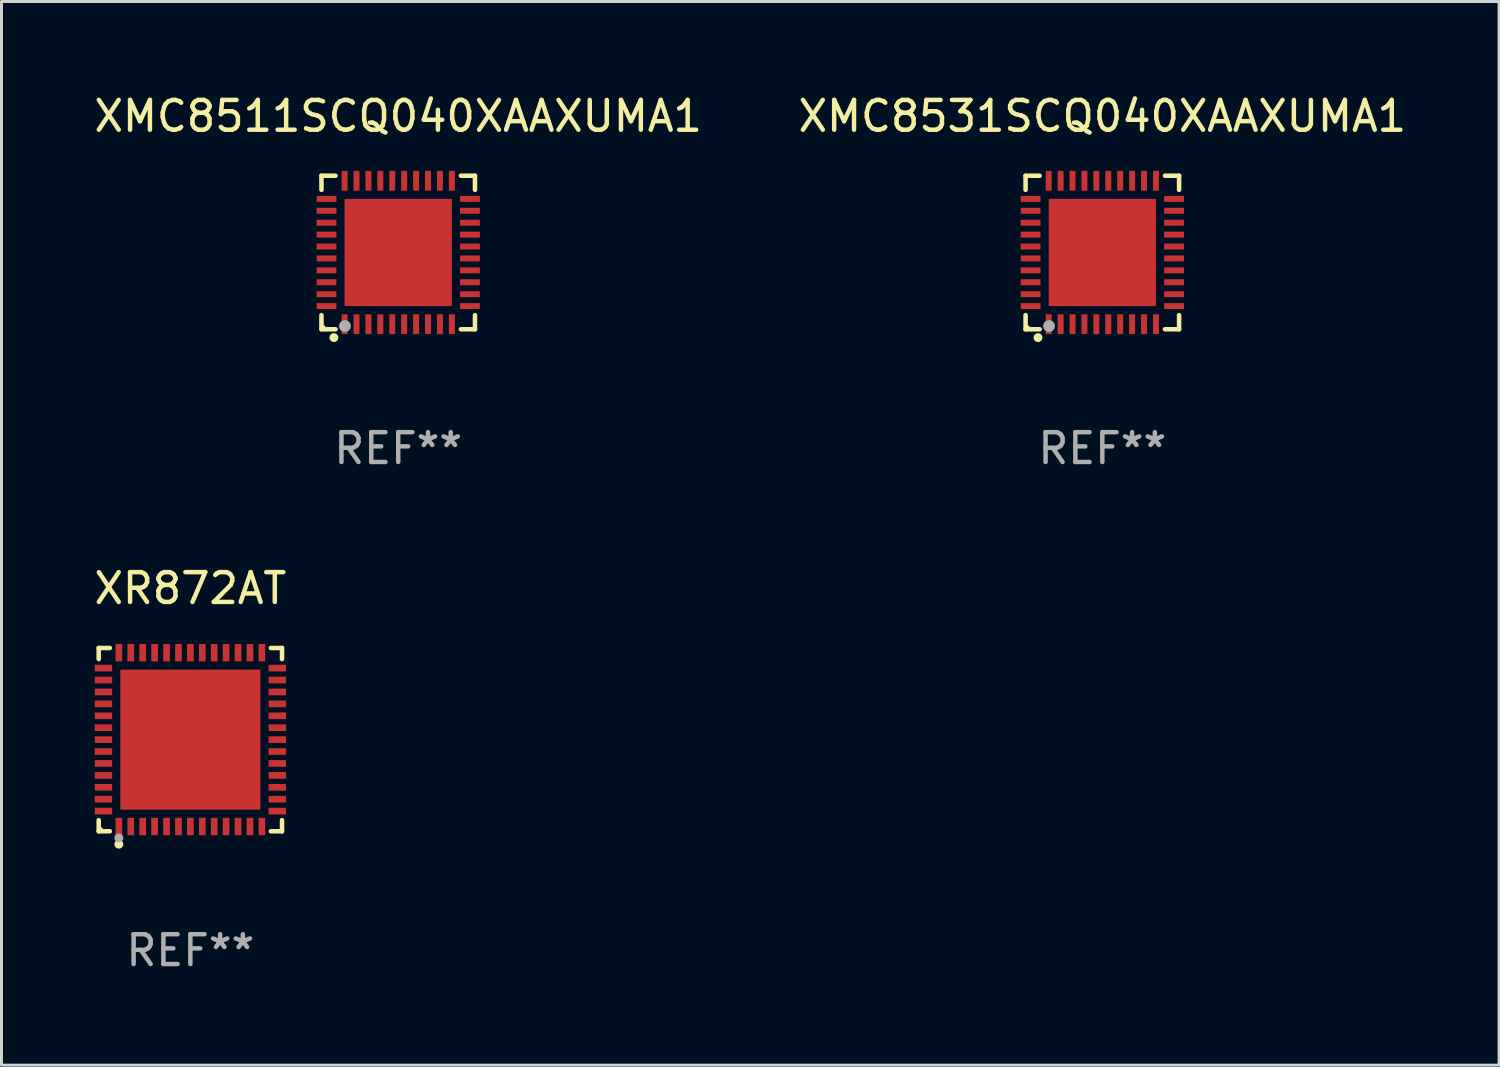
<source format=kicad_pcb>
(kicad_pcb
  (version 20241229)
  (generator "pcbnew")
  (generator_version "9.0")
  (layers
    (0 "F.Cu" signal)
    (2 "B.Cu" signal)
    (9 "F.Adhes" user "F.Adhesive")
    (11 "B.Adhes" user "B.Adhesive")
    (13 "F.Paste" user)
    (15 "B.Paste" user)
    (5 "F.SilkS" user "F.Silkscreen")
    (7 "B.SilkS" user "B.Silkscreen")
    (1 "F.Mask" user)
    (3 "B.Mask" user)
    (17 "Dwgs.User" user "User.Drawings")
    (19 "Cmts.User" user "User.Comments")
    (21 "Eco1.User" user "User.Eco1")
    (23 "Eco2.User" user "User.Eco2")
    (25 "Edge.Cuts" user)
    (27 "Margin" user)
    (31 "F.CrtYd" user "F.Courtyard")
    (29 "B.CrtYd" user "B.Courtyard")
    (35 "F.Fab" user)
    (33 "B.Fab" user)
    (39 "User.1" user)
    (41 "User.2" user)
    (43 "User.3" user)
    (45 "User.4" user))
  (footprint "XMC8531SCQ040XAAXUMA1"
    (layer "F.Cu")
    (at 33.946 5.424)
    (property "Reference" "XMC8531SCQ040XAAXUMA1" (at 0 -4.576 0) (layer "F.SilkS") (effects (font (size 1 1) (thickness 0.15))))
    (attr through_hole)
    (fp_line (start -2.576 -2.576) (end -2.103 -2.576) (stroke (width 0.152) (type solid)) (layer "F.SilkS"))
    (fp_line (start -2.576 -2.103) (end -2.576 -2.576) (stroke (width 0.152) (type solid)) (layer "F.SilkS"))
    (fp_line (start -2.576 2.103) (end -2.576 2.576) (stroke (width 0.152) (type solid)) (layer "F.SilkS"))
    (fp_line (start -2.576 2.576) (end -2.103 2.576) (stroke (width 0.152) (type solid)) (layer "F.SilkS"))
    (fp_line (start 2.576 -2.576) (end 2.103 -2.576) (stroke (width 0.152) (type solid)) (layer "F.SilkS"))
    (fp_line (start 2.576 -2.103) (end 2.576 -2.576) (stroke (width 0.152) (type solid)) (layer "F.SilkS"))
    (fp_line (start 2.576 2.103) (end 2.576 2.576) (stroke (width 0.152) (type solid)) (layer "F.SilkS"))
    (fp_line (start 2.576 2.576) (end 2.103 2.576) (stroke (width 0.152) (type solid)) (layer "F.SilkS"))
    (fp_circle (center -2.5 2.5) (end -2.47 2.5) (stroke (width 0.06) (type solid)) (fill no) (layer "F.SilkS"))
    (fp_circle (center -2.159 2.857) (end -2.084 2.857) (stroke (width 0.15) (type solid)) (fill no) (layer "F.SilkS"))
    (fp_circle (center -1.788 2.469) (end -1.688 2.469) (stroke (width 0.2) (type solid)) (fill no) (layer "F.Fab"))
    (fp_text user "REF**" (at 0 6.576 0) (layer "F.Fab") (effects (font (size 1 1) (thickness 0.15))))
    (pad "1" smd rect (at -1.8 2.407) (size 0.2 0.665) (layers "F.Cu" "F.Mask" "F.Paste"))
    (pad "2" smd rect (at -1.4 2.407) (size 0.2 0.665) (layers "F.Cu" "F.Mask" "F.Paste"))
    (pad "3" smd rect (at -1 2.407) (size 0.2 0.665) (layers "F.Cu" "F.Mask" "F.Paste"))
    (pad "4" smd rect (at -0.6 2.407) (size 0.2 0.665) (layers "F.Cu" "F.Mask" "F.Paste"))
    (pad "5" smd rect (at -0.2 2.407) (size 0.2 0.665) (layers "F.Cu" "F.Mask" "F.Paste"))
    (pad "6" smd rect (at 0.2 2.407) (size 0.2 0.665) (layers "F.Cu" "F.Mask" "F.Paste"))
    (pad "7" smd rect (at 0.6 2.407) (size 0.2 0.665) (layers "F.Cu" "F.Mask" "F.Paste"))
    (pad "8" smd rect (at 1 2.407) (size 0.2 0.665) (layers "F.Cu" "F.Mask" "F.Paste"))
    (pad "9" smd rect (at 1.4 2.407) (size 0.2 0.665) (layers "F.Cu" "F.Mask" "F.Paste"))
    (pad "10" smd rect (at 1.8 2.407) (size 0.2 0.665) (layers "F.Cu" "F.Mask" "F.Paste"))
    (pad "11" smd rect (at 2.407 1.8) (size 0.665 0.2) (layers "F.Cu" "F.Mask" "F.Paste"))
    (pad "12" smd rect (at 2.407 1.4) (size 0.665 0.2) (layers "F.Cu" "F.Mask" "F.Paste"))
    (pad "13" smd rect (at 2.407 1) (size 0.665 0.2) (layers "F.Cu" "F.Mask" "F.Paste"))
    (pad "14" smd rect (at 2.407 0.6) (size 0.665 0.2) (layers "F.Cu" "F.Mask" "F.Paste"))
    (pad "15" smd rect (at 2.407 0.2) (size 0.665 0.2) (layers "F.Cu" "F.Mask" "F.Paste"))
    (pad "16" smd rect (at 2.407 -0.2) (size 0.665 0.2) (layers "F.Cu" "F.Mask" "F.Paste"))
    (pad "17" smd rect (at 2.407 -0.6) (size 0.665 0.2) (layers "F.Cu" "F.Mask" "F.Paste"))
    (pad "18" smd rect (at 2.407 -1) (size 0.665 0.2) (layers "F.Cu" "F.Mask" "F.Paste"))
    (pad "19" smd rect (at 2.407 -1.4) (size 0.665 0.2) (layers "F.Cu" "F.Mask" "F.Paste"))
    (pad "20" smd rect (at 2.407 -1.8) (size 0.665 0.2) (layers "F.Cu" "F.Mask" "F.Paste"))
    (pad "21" smd rect (at 1.8 -2.407) (size 0.2 0.665) (layers "F.Cu" "F.Mask" "F.Paste"))
    (pad "22" smd rect (at 1.4 -2.407) (size 0.2 0.665) (layers "F.Cu" "F.Mask" "F.Paste"))
    (pad "23" smd rect (at 1 -2.407) (size 0.2 0.665) (layers "F.Cu" "F.Mask" "F.Paste"))
    (pad "24" smd rect (at 0.6 -2.407) (size 0.2 0.665) (layers "F.Cu" "F.Mask" "F.Paste"))
    (pad "25" smd rect (at 0.2 -2.407) (size 0.2 0.665) (layers "F.Cu" "F.Mask" "F.Paste"))
    (pad "26" smd rect (at -0.2 -2.407) (size 0.2 0.665) (layers "F.Cu" "F.Mask" "F.Paste"))
    (pad "27" smd rect (at -0.6 -2.407) (size 0.2 0.665) (layers "F.Cu" "F.Mask" "F.Paste"))
    (pad "28" smd rect (at -1 -2.407) (size 0.2 0.665) (layers "F.Cu" "F.Mask" "F.Paste"))
    (pad "29" smd rect (at -1.4 -2.407) (size 0.2 0.665) (layers "F.Cu" "F.Mask" "F.Paste"))
    (pad "30" smd rect (at -1.8 -2.407) (size 0.2 0.665) (layers "F.Cu" "F.Mask" "F.Paste"))
    (pad "31" smd rect (at -2.407 -1.8) (size 0.665 0.2) (layers "F.Cu" "F.Mask" "F.Paste"))
    (pad "32" smd rect (at -2.407 -1.4) (size 0.665 0.2) (layers "F.Cu" "F.Mask" "F.Paste"))
    (pad "33" smd rect (at -2.407 -1) (size 0.665 0.2) (layers "F.Cu" "F.Mask" "F.Paste"))
    (pad "34" smd rect (at -2.407 -0.6) (size 0.665 0.2) (layers "F.Cu" "F.Mask" "F.Paste"))
    (pad "35" smd rect (at -2.407 -0.2) (size 0.665 0.2) (layers "F.Cu" "F.Mask" "F.Paste"))
    (pad "36" smd rect (at -2.407 0.2) (size 0.665 0.2) (layers "F.Cu" "F.Mask" "F.Paste"))
    (pad "37" smd rect (at -2.407 0.6) (size 0.665 0.2) (layers "F.Cu" "F.Mask" "F.Paste"))
    (pad "38" smd rect (at -2.407 1) (size 0.665 0.2) (layers "F.Cu" "F.Mask" "F.Paste"))
    (pad "39" smd rect (at -2.407 1.4) (size 0.665 0.2) (layers "F.Cu" "F.Mask" "F.Paste"))
    (pad "40" smd rect (at -2.407 1.8) (size 0.665 0.2) (layers "F.Cu" "F.Mask" "F.Paste"))
    (pad "41" smd rect (at 0 0) (size 3.6 3.6) (layers "F.Cu" "F.Mask" "F.Paste")))
  (footprint "XR872AT"
    (layer "F.Cu")
    (at 3.339 21.773)
    (property "Reference" "XR872AT" (at 0 -5.076 0) (layer "F.SilkS") (effects (font (size 1 1) (thickness 0.15))))
    (attr through_hole)
    (fp_line (start -3.076 -3.076) (end -2.703 -3.076) (stroke (width 0.152) (type solid)) (layer "F.SilkS"))
    (fp_line (start -3.076 -2.703) (end -3.076 -3.076) (stroke (width 0.152) (type solid)) (layer "F.SilkS"))
    (fp_line (start -3.076 2.703) (end -3.076 3.076) (stroke (width 0.152) (type solid)) (layer "F.SilkS"))
    (fp_line (start -3.076 3.076) (end -2.703 3.076) (stroke (width 0.152) (type solid)) (layer "F.SilkS"))
    (fp_line (start 3.076 -3.076) (end 2.703 -3.076) (stroke (width 0.152) (type solid)) (layer "F.SilkS"))
    (fp_line (start 3.076 -2.703) (end 3.076 -3.076) (stroke (width 0.152) (type solid)) (layer "F.SilkS"))
    (fp_line (start 3.076 2.703) (end 3.076 3.076) (stroke (width 0.152) (type solid)) (layer "F.SilkS"))
    (fp_line (start 3.076 3.076) (end 2.703 3.076) (stroke (width 0.152) (type solid)) (layer "F.SilkS"))
    (fp_circle (center -3 3) (end -2.97 3) (stroke (width 0.06) (type solid)) (fill no) (layer "F.SilkS"))
    (fp_circle (center -2.4 3.51) (end -2.325 3.51) (stroke (width 0.15) (type solid)) (fill no) (layer "F.SilkS"))
    (fp_circle (center -2.4 3.3) (end -2.325 3.3) (stroke (width 0.15) (type solid)) (fill no) (layer "F.Fab"))
    (fp_text user "REF**" (at 0 7.076 0) (layer "F.Fab") (effects (font (size 1 1) (thickness 0.15))))
    (pad "1" smd rect (at -2.4 2.917) (size 0.224 0.585) (layers "F.Cu" "F.Mask" "F.Paste"))
    (pad "2" smd rect (at -2 2.917) (size 0.224 0.585) (layers "F.Cu" "F.Mask" "F.Paste"))
    (pad "3" smd rect (at -1.6 2.917) (size 0.224 0.585) (layers "F.Cu" "F.Mask" "F.Paste"))
    (pad "4" smd rect (at -1.2 2.917) (size 0.224 0.585) (layers "F.Cu" "F.Mask" "F.Paste"))
    (pad "5" smd rect (at -0.8 2.917) (size 0.224 0.585) (layers "F.Cu" "F.Mask" "F.Paste"))
    (pad "6" smd rect (at -0.4 2.917) (size 0.224 0.585) (layers "F.Cu" "F.Mask" "F.Paste"))
    (pad "7" smd rect (at 0 2.917) (size 0.224 0.585) (layers "F.Cu" "F.Mask" "F.Paste"))
    (pad "8" smd rect (at 0.4 2.917) (size 0.224 0.585) (layers "F.Cu" "F.Mask" "F.Paste"))
    (pad "9" smd rect (at 0.8 2.917) (size 0.224 0.585) (layers "F.Cu" "F.Mask" "F.Paste"))
    (pad "10" smd rect (at 1.2 2.917) (size 0.224 0.585) (layers "F.Cu" "F.Mask" "F.Paste"))
    (pad "11" smd rect (at 1.6 2.917) (size 0.224 0.585) (layers "F.Cu" "F.Mask" "F.Paste"))
    (pad "12" smd rect (at 2 2.917) (size 0.224 0.585) (layers "F.Cu" "F.Mask" "F.Paste"))
    (pad "13" smd rect (at 2.4 2.917) (size 0.224 0.585) (layers "F.Cu" "F.Mask" "F.Paste"))
    (pad "14" smd rect (at 2.917 2.4) (size 0.585 0.224) (layers "F.Cu" "F.Mask" "F.Paste"))
    (pad "15" smd rect (at 2.917 2) (size 0.585 0.224) (layers "F.Cu" "F.Mask" "F.Paste"))
    (pad "16" smd rect (at 2.917 1.6) (size 0.585 0.224) (layers "F.Cu" "F.Mask" "F.Paste"))
    (pad "17" smd rect (at 2.917 1.2) (size 0.585 0.224) (layers "F.Cu" "F.Mask" "F.Paste"))
    (pad "18" smd rect (at 2.917 0.8) (size 0.585 0.224) (layers "F.Cu" "F.Mask" "F.Paste"))
    (pad "19" smd rect (at 2.917 0.4) (size 0.585 0.224) (layers "F.Cu" "F.Mask" "F.Paste"))
    (pad "20" smd rect (at 2.917 0) (size 0.585 0.224) (layers "F.Cu" "F.Mask" "F.Paste"))
    (pad "21" smd rect (at 2.917 -0.4) (size 0.585 0.224) (layers "F.Cu" "F.Mask" "F.Paste"))
    (pad "22" smd rect (at 2.917 -0.8) (size 0.585 0.224) (layers "F.Cu" "F.Mask" "F.Paste"))
    (pad "23" smd rect (at 2.917 -1.2) (size 0.585 0.224) (layers "F.Cu" "F.Mask" "F.Paste"))
    (pad "24" smd rect (at 2.917 -1.6) (size 0.585 0.224) (layers "F.Cu" "F.Mask" "F.Paste"))
    (pad "25" smd rect (at 2.917 -2) (size 0.585 0.224) (layers "F.Cu" "F.Mask" "F.Paste"))
    (pad "26" smd rect (at 2.917 -2.4) (size 0.585 0.224) (layers "F.Cu" "F.Mask" "F.Paste"))
    (pad "27" smd rect (at 2.4 -2.917) (size 0.224 0.585) (layers "F.Cu" "F.Mask" "F.Paste"))
    (pad "28" smd rect (at 2 -2.917) (size 0.224 0.585) (layers "F.Cu" "F.Mask" "F.Paste"))
    (pad "29" smd rect (at 1.6 -2.917) (size 0.224 0.585) (layers "F.Cu" "F.Mask" "F.Paste"))
    (pad "30" smd rect (at 1.2 -2.917) (size 0.224 0.585) (layers "F.Cu" "F.Mask" "F.Paste"))
    (pad "31" smd rect (at 0.8 -2.917) (size 0.224 0.585) (layers "F.Cu" "F.Mask" "F.Paste"))
    (pad "32" smd rect (at 0.4 -2.917) (size 0.224 0.585) (layers "F.Cu" "F.Mask" "F.Paste"))
    (pad "33" smd rect (at 0 -2.917) (size 0.224 0.585) (layers "F.Cu" "F.Mask" "F.Paste"))
    (pad "34" smd rect (at -0.4 -2.917) (size 0.224 0.585) (layers "F.Cu" "F.Mask" "F.Paste"))
    (pad "35" smd rect (at -0.8 -2.917) (size 0.224 0.585) (layers "F.Cu" "F.Mask" "F.Paste"))
    (pad "36" smd rect (at -1.2 -2.917) (size 0.224 0.585) (layers "F.Cu" "F.Mask" "F.Paste"))
    (pad "37" smd rect (at -1.6 -2.917) (size 0.224 0.585) (layers "F.Cu" "F.Mask" "F.Paste"))
    (pad "38" smd rect (at -2 -2.917) (size 0.224 0.585) (layers "F.Cu" "F.Mask" "F.Paste"))
    (pad "39" smd rect (at -2.4 -2.917) (size 0.224 0.585) (layers "F.Cu" "F.Mask" "F.Paste"))
    (pad "40" smd rect (at -2.917 -2.4) (size 0.585 0.224) (layers "F.Cu" "F.Mask" "F.Paste"))
    (pad "41" smd rect (at -2.917 -2) (size 0.585 0.224) (layers "F.Cu" "F.Mask" "F.Paste"))
    (pad "42" smd rect (at -2.917 -1.6) (size 0.585 0.224) (layers "F.Cu" "F.Mask" "F.Paste"))
    (pad "43" smd rect (at -2.917 -1.2) (size 0.585 0.224) (layers "F.Cu" "F.Mask" "F.Paste"))
    (pad "44" smd rect (at -2.917 -0.8) (size 0.585 0.224) (layers "F.Cu" "F.Mask" "F.Paste"))
    (pad "45" smd rect (at -2.917 -0.4) (size 0.585 0.224) (layers "F.Cu" "F.Mask" "F.Paste"))
    (pad "46" smd rect (at -2.917 0) (size 0.585 0.224) (layers "F.Cu" "F.Mask" "F.Paste"))
    (pad "47" smd rect (at -2.917 0.4) (size 0.585 0.224) (layers "F.Cu" "F.Mask" "F.Paste"))
    (pad "48" smd rect (at -2.917 0.8) (size 0.585 0.224) (layers "F.Cu" "F.Mask" "F.Paste"))
    (pad "49" smd rect (at -2.917 1.2) (size 0.585 0.224) (layers "F.Cu" "F.Mask" "F.Paste"))
    (pad "50" smd rect (at -2.917 1.6) (size 0.585 0.224) (layers "F.Cu" "F.Mask" "F.Paste"))
    (pad "51" smd rect (at -2.917 2) (size 0.585 0.224) (layers "F.Cu" "F.Mask" "F.Paste"))
    (pad "52" smd rect (at -2.917 2.4) (size 0.585 0.224) (layers "F.Cu" "F.Mask" "F.Paste"))
    (pad "53" smd rect (at 0 0) (size 4.7 4.7) (layers "F.Cu" "F.Mask" "F.Paste")))
  (footprint "XMC8511SCQ040XAAXUMA1"
    (layer "F.Cu")
    (at 10.315 5.424)
    (property "Reference" "XMC8511SCQ040XAAXUMA1" (at 0 -4.576 0) (layer "F.SilkS") (effects (font (size 1 1) (thickness 0.15))))
    (attr through_hole)
    (fp_line (start -2.576 -2.576) (end -2.103 -2.576) (stroke (width 0.152) (type solid)) (layer "F.SilkS"))
    (fp_line (start -2.576 -2.103) (end -2.576 -2.576) (stroke (width 0.152) (type solid)) (layer "F.SilkS"))
    (fp_line (start -2.576 2.103) (end -2.576 2.576) (stroke (width 0.152) (type solid)) (layer "F.SilkS"))
    (fp_line (start -2.576 2.576) (end -2.103 2.576) (stroke (width 0.152) (type solid)) (layer "F.SilkS"))
    (fp_line (start 2.576 -2.576) (end 2.103 -2.576) (stroke (width 0.152) (type solid)) (layer "F.SilkS"))
    (fp_line (start 2.576 -2.103) (end 2.576 -2.576) (stroke (width 0.152) (type solid)) (layer "F.SilkS"))
    (fp_line (start 2.576 2.103) (end 2.576 2.576) (stroke (width 0.152) (type solid)) (layer "F.SilkS"))
    (fp_line (start 2.576 2.576) (end 2.103 2.576) (stroke (width 0.152) (type solid)) (layer "F.SilkS"))
    (fp_circle (center -2.5 2.5) (end -2.47 2.5) (stroke (width 0.06) (type solid)) (fill no) (layer "F.SilkS"))
    (fp_circle (center -2.159 2.857) (end -2.084 2.857) (stroke (width 0.15) (type solid)) (fill no) (layer "F.SilkS"))
    (fp_circle (center -1.788 2.469) (end -1.688 2.469) (stroke (width 0.2) (type solid)) (fill no) (layer "F.Fab"))
    (fp_text user "REF**" (at 0 6.576 0) (layer "F.Fab") (effects (font (size 1 1) (thickness 0.15))))
    (pad "1" smd rect (at -1.8 2.407) (size 0.2 0.665) (layers "F.Cu" "F.Mask" "F.Paste"))
    (pad "2" smd rect (at -1.4 2.407) (size 0.2 0.665) (layers "F.Cu" "F.Mask" "F.Paste"))
    (pad "3" smd rect (at -1 2.407) (size 0.2 0.665) (layers "F.Cu" "F.Mask" "F.Paste"))
    (pad "4" smd rect (at -0.6 2.407) (size 0.2 0.665) (layers "F.Cu" "F.Mask" "F.Paste"))
    (pad "5" smd rect (at -0.2 2.407) (size 0.2 0.665) (layers "F.Cu" "F.Mask" "F.Paste"))
    (pad "6" smd rect (at 0.2 2.407) (size 0.2 0.665) (layers "F.Cu" "F.Mask" "F.Paste"))
    (pad "7" smd rect (at 0.6 2.407) (size 0.2 0.665) (layers "F.Cu" "F.Mask" "F.Paste"))
    (pad "8" smd rect (at 1 2.407) (size 0.2 0.665) (layers "F.Cu" "F.Mask" "F.Paste"))
    (pad "9" smd rect (at 1.4 2.407) (size 0.2 0.665) (layers "F.Cu" "F.Mask" "F.Paste"))
    (pad "10" smd rect (at 1.8 2.407) (size 0.2 0.665) (layers "F.Cu" "F.Mask" "F.Paste"))
    (pad "11" smd rect (at 2.407 1.8) (size 0.665 0.2) (layers "F.Cu" "F.Mask" "F.Paste"))
    (pad "12" smd rect (at 2.407 1.4) (size 0.665 0.2) (layers "F.Cu" "F.Mask" "F.Paste"))
    (pad "13" smd rect (at 2.407 1) (size 0.665 0.2) (layers "F.Cu" "F.Mask" "F.Paste"))
    (pad "14" smd rect (at 2.407 0.6) (size 0.665 0.2) (layers "F.Cu" "F.Mask" "F.Paste"))
    (pad "15" smd rect (at 2.407 0.2) (size 0.665 0.2) (layers "F.Cu" "F.Mask" "F.Paste"))
    (pad "16" smd rect (at 2.407 -0.2) (size 0.665 0.2) (layers "F.Cu" "F.Mask" "F.Paste"))
    (pad "17" smd rect (at 2.407 -0.6) (size 0.665 0.2) (layers "F.Cu" "F.Mask" "F.Paste"))
    (pad "18" smd rect (at 2.407 -1) (size 0.665 0.2) (layers "F.Cu" "F.Mask" "F.Paste"))
    (pad "19" smd rect (at 2.407 -1.4) (size 0.665 0.2) (layers "F.Cu" "F.Mask" "F.Paste"))
    (pad "20" smd rect (at 2.407 -1.8) (size 0.665 0.2) (layers "F.Cu" "F.Mask" "F.Paste"))
    (pad "21" smd rect (at 1.8 -2.407) (size 0.2 0.665) (layers "F.Cu" "F.Mask" "F.Paste"))
    (pad "22" smd rect (at 1.4 -2.407) (size 0.2 0.665) (layers "F.Cu" "F.Mask" "F.Paste"))
    (pad "23" smd rect (at 1 -2.407) (size 0.2 0.665) (layers "F.Cu" "F.Mask" "F.Paste"))
    (pad "24" smd rect (at 0.6 -2.407) (size 0.2 0.665) (layers "F.Cu" "F.Mask" "F.Paste"))
    (pad "25" smd rect (at 0.2 -2.407) (size 0.2 0.665) (layers "F.Cu" "F.Mask" "F.Paste"))
    (pad "26" smd rect (at -0.2 -2.407) (size 0.2 0.665) (layers "F.Cu" "F.Mask" "F.Paste"))
    (pad "27" smd rect (at -0.6 -2.407) (size 0.2 0.665) (layers "F.Cu" "F.Mask" "F.Paste"))
    (pad "28" smd rect (at -1 -2.407) (size 0.2 0.665) (layers "F.Cu" "F.Mask" "F.Paste"))
    (pad "29" smd rect (at -1.4 -2.407) (size 0.2 0.665) (layers "F.Cu" "F.Mask" "F.Paste"))
    (pad "30" smd rect (at -1.8 -2.407) (size 0.2 0.665) (layers "F.Cu" "F.Mask" "F.Paste"))
    (pad "31" smd rect (at -2.407 -1.8) (size 0.665 0.2) (layers "F.Cu" "F.Mask" "F.Paste"))
    (pad "32" smd rect (at -2.407 -1.4) (size 0.665 0.2) (layers "F.Cu" "F.Mask" "F.Paste"))
    (pad "33" smd rect (at -2.407 -1) (size 0.665 0.2) (layers "F.Cu" "F.Mask" "F.Paste"))
    (pad "34" smd rect (at -2.407 -0.6) (size 0.665 0.2) (layers "F.Cu" "F.Mask" "F.Paste"))
    (pad "35" smd rect (at -2.407 -0.2) (size 0.665 0.2) (layers "F.Cu" "F.Mask" "F.Paste"))
    (pad "36" smd rect (at -2.407 0.2) (size 0.665 0.2) (layers "F.Cu" "F.Mask" "F.Paste"))
    (pad "37" smd rect (at -2.407 0.6) (size 0.665 0.2) (layers "F.Cu" "F.Mask" "F.Paste"))
    (pad "38" smd rect (at -2.407 1) (size 0.665 0.2) (layers "F.Cu" "F.Mask" "F.Paste"))
    (pad "39" smd rect (at -2.407 1.4) (size 0.665 0.2) (layers "F.Cu" "F.Mask" "F.Paste"))
    (pad "40" smd rect (at -2.407 1.8) (size 0.665 0.2) (layers "F.Cu" "F.Mask" "F.Paste"))
    (pad "41" smd rect (at 0 0) (size 3.6 3.6) (layers "F.Cu" "F.Mask" "F.Paste")))
  (gr_rect
    (start -3 -3)
    (end 47.262 32.698)
    (stroke (width 0.1) (type default))
    (fill no)
    (layer "Edge.Cuts")))
</source>
